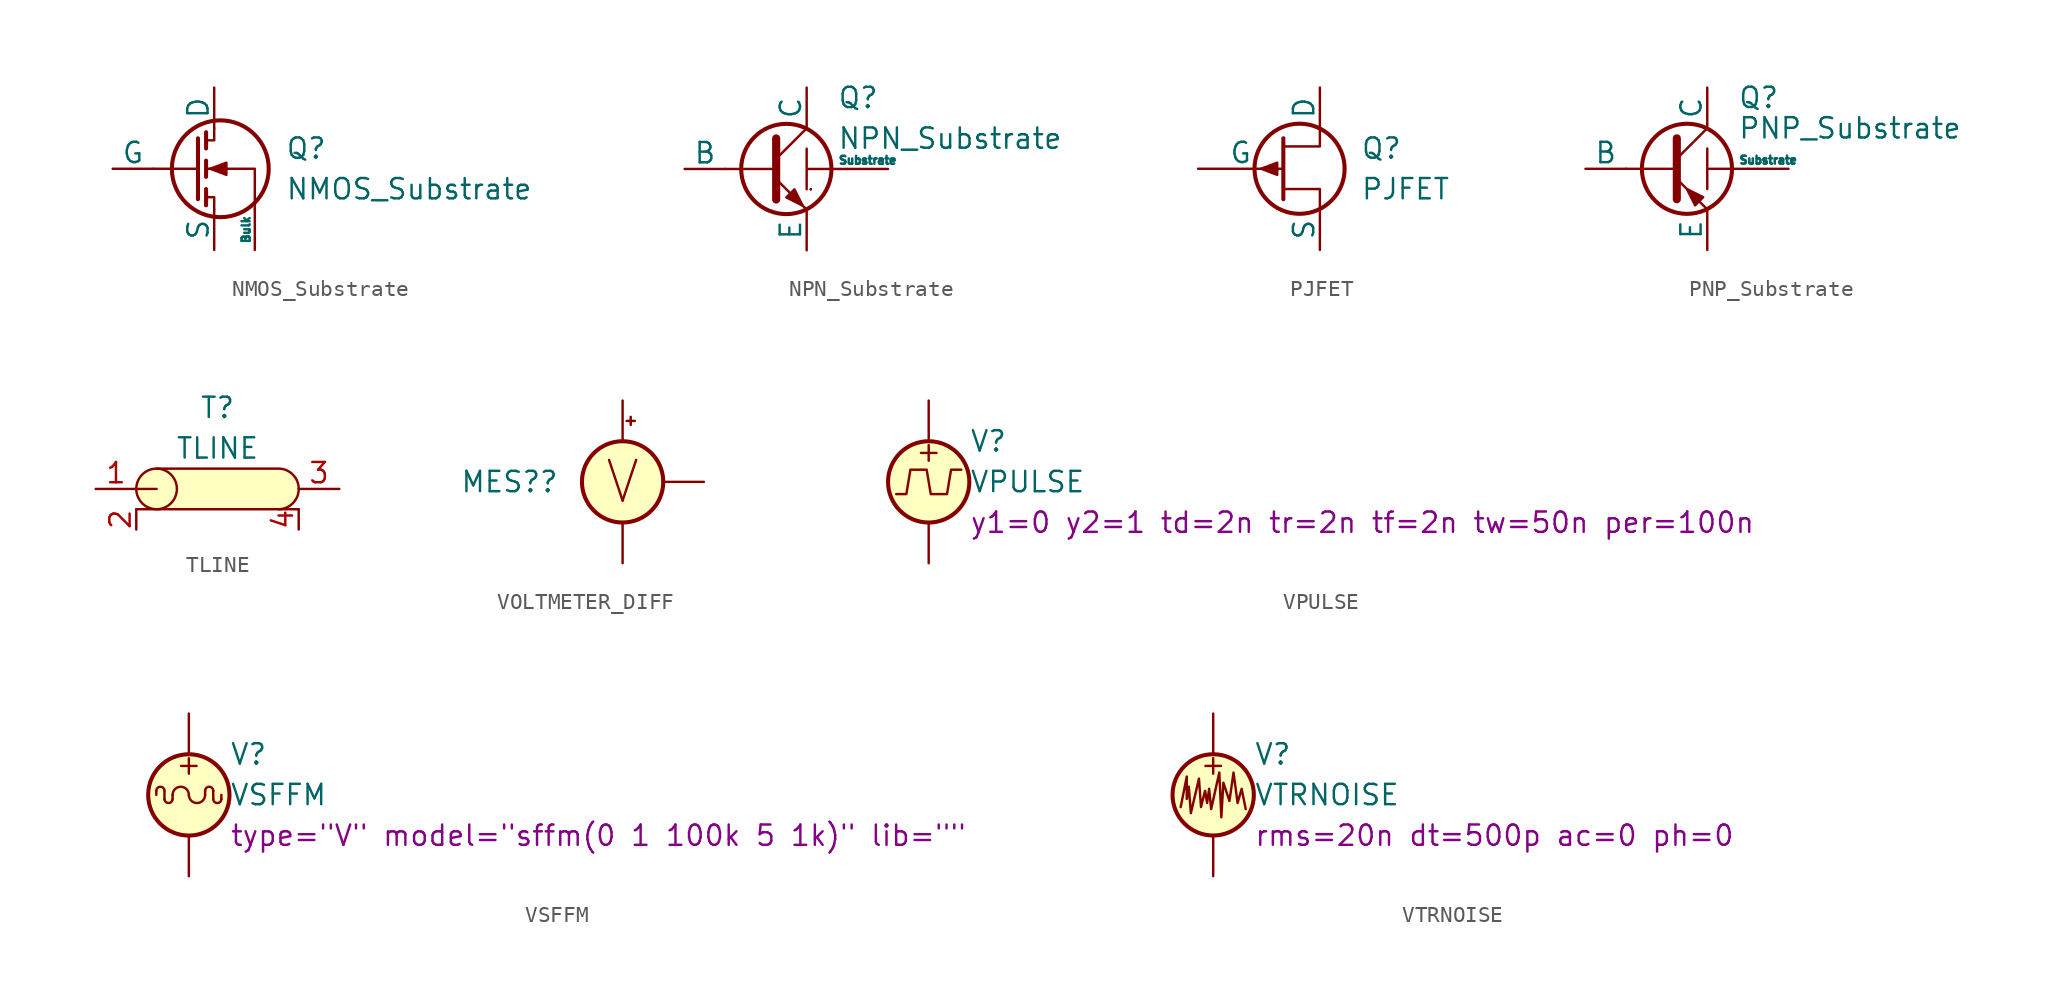
<source format=kicad_sym>
(kicad_symbol_lib
  (version 20220914)
  (generator kicad_symbol_editor)
  (symbol "NMOS_Substrate"
    (pin_numbers hide)
    (pin_names
      (offset 0))
    (property "Reference" "Q"
      (at 6.985 1.27 0)
      (effects (font (size 1.27 1.27)) (justify left)))
    (property "Value" "NMOS_Substrate"
      (at 6.985 -1.27 0)
      (effects (font (size 1.27 1.27)) (justify left)))
    (symbol "NMOS_Substrate_0_1"
      (polyline (pts (xy 1.524 0) (xy -1.27 0)) (stroke (width 0) (type default)) (fill (type none)))
      (polyline (pts (xy 1.524 1.905) (xy 1.524 -1.905)) (stroke (width 0.254) (type default)) (fill (type none)))
      (polyline (pts (xy 2.032 -1.27) (xy 2.032 -2.286)) (stroke (width 0.254) (type default)) (fill (type none)))
      (polyline (pts (xy 2.032 0.508) (xy 2.032 -0.508)) (stroke (width 0.254) (type default)) (fill (type none)))
      (polyline (pts (xy 2.032 2.286) (xy 2.032 1.27)) (stroke (width 0.254) (type default)) (fill (type none)))
      (polyline (pts (xy 2.032 1.778) (xy 2.54 1.778) (xy 2.54 2.54)) (stroke (width 0) (type default)) (fill (type none)))
      (polyline (pts (xy 2.54 -2.54) (xy 2.54 -1.778) (xy 2.032 -1.778)) (stroke (width 0) (type default)) (fill (type none)))
      (polyline (pts (xy 5.08 -2.54) (xy 5.08 0) (xy 2.032 0)) (stroke (width 0) (type default)) (fill (type none)))
      (polyline (pts (xy 2.286 0) (xy 3.302 0.381) (xy 3.302 -0.381) (xy 2.286 0)) (stroke (width 0) (type default)) (fill (type outline)))
      (circle (center 2.921 0) (radius 3.029) (stroke (width 0.254) (type default)) (fill (type none))))
    (symbol "NMOS_Substrate_1_1"
      (pin passive line (at 2.54 5.08 270) (length 2.54) (name "D" (effects (font (size 1.27 1.27)))) (number "1" (effects (font (size 1.27 1.27)))))
      (pin input line (at -3.81 0 0) (length 2.54) (name "G" (effects (font (size 1.27 1.27)))) (number "2" (effects (font (size 1.27 1.27)))))
      (pin passive line (at 2.54 -5.08 90) (length 2.54) (name "S" (effects (font (size 1.27 1.27)))) (number "3" (effects (font (size 1.27 1.27)))))
      (pin input line (at 5.08 -5.08 90) (length 2.54) (name "Bulk" (effects (font (size 0.508 0.508)))) (number "4" (effects (font (size 1.27 1.27)))))))
  (symbol "NPN_Substrate"
    (pin_numbers hide)
    (pin_names
      (offset 0))
    (property "Reference" "Q"
      (at 4.445 4.445 0)
      (effects (font (size 1.27 1.27)) (justify left)))
    (property "Value" "NPN_Substrate"
      (at 4.445 1.905 0)
      (effects (font (size 1.27 1.27)) (justify left)))
    (symbol "NPN_Substrate_0_1"
      (polyline (pts (xy -2.54 0) (xy 0.635 0)) (stroke (width 0.152) (type default)) (fill (type none)))
      (polyline (pts (xy 0.635 0.635) (xy 2.54 2.54)) (stroke (width 0) (type default)) (fill (type none)))
      (polyline (pts (xy 2.794 -1.27) (xy 2.794 -1.27)) (stroke (width 0.152) (type default)) (fill (type none)))
      (polyline (pts (xy 2.794 -1.27) (xy 2.794 -1.27)) (stroke (width 0.152) (type default)) (fill (type none)))
      (polyline (pts (xy 0.635 -0.635) (xy 2.54 -2.54) (xy 2.54 -2.54)) (stroke (width 0) (type default)) (fill (type none)))
      (polyline (pts (xy 0.635 1.905) (xy 0.635 -1.905) (xy 0.635 -1.905)) (stroke (width 0.508) (type default)) (fill (type none)))
      (polyline (pts (xy 2.54 1.27) (xy 2.54 -1.27) (xy 2.54 0) (xy 5.08 0)) (stroke (width 0.152) (type default)) (fill (type none)))
      (polyline (pts (xy 1.27 -1.778) (xy 1.778 -1.27) (xy 2.286 -2.286) (xy 1.27 -1.778) (xy 1.27 -1.778)) (stroke (width 0) (type default)) (fill (type outline)))
      (circle (center 1.27 0) (radius 2.819) (stroke (width 0.254) (type default)) (fill (type none))))
    (symbol "NPN_Substrate_1_1"
      (pin open_collector line (at 2.54 5.08 270) (length 2.54) (name "C" (effects (font (size 1.27 1.27)))) (number "1" (effects (font (size 1.27 1.27)))))
      (pin input line (at -5.08 0 0) (length 2.54) (name "B" (effects (font (size 1.27 1.27)))) (number "2" (effects (font (size 1.27 1.27)))))
      (pin open_emitter line (at 2.54 -5.08 90) (length 2.54) (name "E" (effects (font (size 1.27 1.27)))) (number "3" (effects (font (size 1.27 1.27)))))
      (pin passive line (at 7.62 0 180) (length 2.54) (name "Substrate" (effects (font (size 0.5 0.5)))) (number "4" (effects (font (size 1.27 1.27)))))))
  (symbol "PJFET"
    (pin_numbers hide)
    (pin_names
      (offset 0))
    (property "Reference" "Q"
      (at 5.08 1.27 0)
      (effects (font (size 1.27 1.27)) (justify left)))
    (property "Value" "PJFET"
      (at 5.08 -1.27 0)
      (effects (font (size 1.27 1.27)) (justify left)))
    (symbol "PJFET_0_1"
      (polyline (pts (xy 0.254 1.905) (xy 0.254 -1.905) (xy 0.254 -1.905)) (stroke (width 0.254) (type default)) (fill (type none)))
      (polyline (pts (xy 2.54 -2.54) (xy 2.54 -1.27) (xy 0.254 -1.27)) (stroke (width 0) (type default)) (fill (type none)))
      (polyline (pts (xy 2.54 2.54) (xy 2.54 1.397) (xy 0.254 1.397)) (stroke (width 0) (type default)) (fill (type none)))
      (polyline (pts (xy -1.143 0) (xy -0.127 0.381) (xy -0.127 -0.381) (xy -1.143 0)) (stroke (width 0) (type default)) (fill (type outline)))
      (circle (center 1.27 0) (radius 2.819) (stroke (width 0.254) (type default)) (fill (type none))))
    (symbol "PJFET_1_1"
      (pin passive line (at 2.54 5.08 270) (length 2.54) (name "D" (effects (font (size 1.27 1.27)))) (number "1" (effects (font (size 1.27 1.27)))))
      (pin input line (at -5.08 0 0) (length 5.334) (name "G" (effects (font (size 1.27 1.27)))) (number "2" (effects (font (size 1.27 1.27)))))
      (pin passive line (at 2.54 -5.08 90) (length 2.54) (name "S" (effects (font (size 1.27 1.27)))) (number "3" (effects (font (size 1.27 1.27)))))))
  (symbol "PNP_Substrate"
    (pin_numbers hide)
    (pin_names
      (offset 0))
    (property "Reference" "Q"
      (at 4.445 4.445 0)
      (effects (font (size 1.27 1.27)) (justify left)))
    (property "Value" "PNP_Substrate"
      (at 4.445 2.54 0)
      (effects (font (size 1.27 1.27)) (justify left)))
    (symbol "PNP_Substrate_0_1"
      (polyline (pts (xy -2.54 0) (xy 0.635 0)) (stroke (width 0.152) (type default)) (fill (type none)))
      (polyline (pts (xy 0.635 0.635) (xy 2.54 2.54)) (stroke (width 0) (type default)) (fill (type none)))
      (polyline (pts (xy 2.54 0) (xy 5.08 0)) (stroke (width 0.152) (type default)) (fill (type none)))
      (polyline (pts (xy 0.635 -0.635) (xy 2.54 -2.54) (xy 2.54 -2.54)) (stroke (width 0) (type default)) (fill (type none)))
      (polyline (pts (xy 0.635 1.905) (xy 0.635 -1.905) (xy 0.635 -1.905)) (stroke (width 0.508) (type default)) (fill (type none)))
      (polyline (pts (xy 2.54 0) (xy 2.54 1.27) (xy 2.54 0) (xy 2.54 -1.27)) (stroke (width 0.152) (type default)) (fill (type none)))
      (polyline (pts (xy 2.286 -1.778) (xy 1.778 -2.286) (xy 1.27 -1.27) (xy 2.286 -1.778) (xy 2.286 -1.778)) (stroke (width 0) (type default)) (fill (type outline)))
      (circle (center 1.27 0) (radius 2.819) (stroke (width 0.254) (type default)) (fill (type none))))
    (symbol "PNP_Substrate_1_1"
      (pin open_collector line (at 2.54 5.08 270) (length 2.54) (name "C" (effects (font (size 1.27 1.27)))) (number "1" (effects (font (size 1.27 1.27)))))
      (pin input line (at -5.08 0 0) (length 2.54) (name "B" (effects (font (size 1.27 1.27)))) (number "2" (effects (font (size 1.27 1.27)))))
      (pin open_emitter line (at 2.54 -5.08 90) (length 2.54) (name "E" (effects (font (size 1.27 1.27)))) (number "3" (effects (font (size 1.27 1.27)))))
      (pin passive line (at 7.62 0 180) (length 2.54) (name "Substrate" (effects (font (size 0.5 0.5)))) (number "4" (effects (font (size 1.27 1.27)))))))
  (symbol "TLINE"
    (property "Reference" "T"
      (at 0 5.08 0)
      (effects (font (size 1.27 1.27))))
    (property "Value" "TLINE"
      (at 0 2.54 0)
      (effects (font (size 1.27 1.27))))
    (symbol "TLINE_0_1"
      (circle (center -3.81 0) (radius 1.27) (stroke (width 0) (type default)) (fill (type none)))
      (circle (center -3.81 0) (radius 1.27) (stroke (width -0.0001) (type default)) (fill (type background)))
      (rectangle (start -3.81 1.27) (end 3.81 -1.27) (stroke (width -0.0001) (type default)) (fill (type background)))
      (polyline (pts (xy -5.08 -1.27) (xy 3.81 -1.27)) (stroke (width 0) (type default)) (fill (type none)))
      (polyline (pts (xy -3.81 0) (xy -5.08 0)) (stroke (width 0) (type default)) (fill (type none)))
      (polyline (pts (xy -3.81 1.27) (xy 3.81 1.27)) (stroke (width 0) (type default)) (fill (type none)))
      (polyline (pts (xy 5.08 -1.27) (xy 3.81 -1.27)) (stroke (width 0) (type default)) (fill (type none)))
      (circle (center 3.81 0) (radius 1.27) (stroke (width -0.0001) (type default)) (fill (type background)))
      (arc (start 3.8776 -1.27) (mid 5.0818 0) (end 3.8776 1.27) (stroke (width 0) (type default)) (fill (type none))))
    (symbol "TLINE_1_1"
      (pin passive line (at -7.62 0 0) (length 2.54) (name "" (effects (font (size 1.27 1.27)))) (number "1" (effects (font (size 1.27 1.27)))))
      (pin passive line (at -5.08 -2.54 90) (length 1.27) (name "" (effects (font (size 1.27 1.27)))) (number "2" (effects (font (size 1.27 1.27)))))
      (pin passive line (at 7.62 0 180) (length 2.54) (name "" (effects (font (size 1.27 1.27)))) (number "3" (effects (font (size 1.27 1.27)))))
      (pin passive line (at 5.08 -2.54 90) (length 1.27) (name "" (effects (font (size 1.27 1.27)))) (number "4" (effects (font (size 1.27 1.27)))))))
  (symbol "VOLTMETER_DIFF"
    (pin_numbers hide)
    (pin_names
      (offset 0.025) hide)
    (property "Reference" "MES?"
      (at -10.16 0 0)
      (effects (font (size 1.27 1.27)) (justify left)))
    (symbol "VOLTMETER_DIFF_0_0"
      (text "V" (at 0 0 0) (effects (font (size 2.54 2.54)))))
    (symbol "VOLTMETER_DIFF_0_1"
      (polyline (pts (xy 0.254 3.81) (xy 0.762 3.81)) (stroke (width 0) (type default)) (fill (type none)))
      (polyline (pts (xy 0.508 4.064) (xy 0.508 3.556)) (stroke (width 0) (type default)) (fill (type none)))
      (circle (center 0 0) (radius 2.54) (stroke (width 0.254) (type default)) (fill (type background))))
    (symbol "VOLTMETER_DIFF_1_1"
      (pin passive line (at 0 5.08 270) (length 2.54) (name "+" (effects (font (size 1.27 1.27)))) (number "1" (effects (font (size 1.27 1.27)))))
      (pin passive line (at 0 -5.08 90) (length 2.54) (name "-" (effects (font (size 1.27 1.27)))) (number "2" (effects (font (size 1.27 1.27)))))
      (pin output line (at 5.08 0 180) (length 2.54) (name "out" (effects (font (size 1.27 1.27)))) (number "3" (effects (font (size 1.27 1.27)))))))
  (symbol "VPULSE"
    (pin_numbers hide)
    (pin_names
      (offset 0.025))
    (property "Reference" "V"
      (at 2.54 2.54 0)
      (effects (font (size 1.27 1.27)) (justify left)))
    (property "Value" "VPULSE"
      (at 2.54 0 0)
      (effects (font (size 1.27 1.27)) (justify left)))
    (property "Sim.Params" "y1=0 y2=1 td=2n tr=2n tf=2n tw=50n per=100n"
      (at 2.54 -2.54 0)
      (effects (font (size 1.27 1.27)) (justify left)))
    (symbol "VPULSE_0_0"
      (polyline (pts (xy -2.032 -0.762) (xy -1.397 -0.762) (xy -1.143 0.762) (xy -0.127 0.762) (xy 0.127 -0.762) (xy 1.143 -0.762) (xy 1.397 0.762) (xy 2.032 0.762)) (stroke (width 0) (type default)) (fill (type none)))
      (text "+" (at 0 1.905 0) (effects (font (size 1.27 1.27)))))
    (symbol "VPULSE_0_1"
      (circle (center 0 0) (radius 2.54) (stroke (width 0.254) (type default)) (fill (type background))))
    (symbol "VPULSE_1_1"
      (pin passive line (at 0 5.08 270) (length 2.54) (name "~" (effects (font (size 1.27 1.27)))) (number "1" (effects (font (size 1.27 1.27)))))
      (pin passive line (at 0 -5.08 90) (length 2.54) (name "~" (effects (font (size 1.27 1.27)))) (number "2" (effects (font (size 1.27 1.27)))))))
  (symbol "VSFFM"
    (pin_numbers hide)
    (pin_names
      (offset 0.025))
    (property "Reference" "V"
      (at 2.54 2.54 0)
      (effects (font (size 1.27 1.27)) (justify left)))
    (property "Value" "VSFFM"
      (at 2.54 0 0)
      (effects (font (size 1.27 1.27)) (justify left)))
    (property "Sim.Params" "type=\"V\" model=\"sffm(0 1 100k 5 1k)\" lib=\"\""
      (at 2.54 -2.54 0)
      (effects (font (size 1.27 1.27)) (justify left)))
    (symbol "VSFFM_0_0"
      (text "+" (at 0 1.905 0) (effects (font (size 1.27 1.27)))))
    (symbol "VSFFM_0_1"
      (arc (start -1.524 -0.254) (mid -1.27 -0.5069) (end -1.016 -0.254) (stroke (width 0) (type default)) (fill (type none)))
      (arc (start -1.524 0.254) (mid -1.778 0.5069) (end -2.032 0.254) (stroke (width 0) (type default)) (fill (type none)))
      (arc (start 0 0) (mid -0.508 0.5058) (end -1.016 0) (stroke (width 0) (type default)) (fill (type none)))
      (polyline (pts (xy -2.032 0.254) (xy -2.032 0)) (stroke (width 0) (type default)) (fill (type none)))
      (polyline (pts (xy -1.524 -0.254) (xy -1.524 0.254)) (stroke (width 0) (type default)) (fill (type none)))
      (polyline (pts (xy -1.016 0) (xy -1.016 -0.254)) (stroke (width 0) (type default)) (fill (type none)))
      (polyline (pts (xy 1.016 0.254) (xy 1.016 0)) (stroke (width 0) (type default)) (fill (type none)))
      (polyline (pts (xy 1.524 0.254) (xy 1.524 -0.254)) (stroke (width 0) (type default)) (fill (type none)))
      (polyline (pts (xy 2.032 -0.254) (xy 2.032 0)) (stroke (width 0) (type default)) (fill (type none)))
      (arc (start 0 0) (mid 0.508 -0.5058) (end 1.016 0) (stroke (width 0) (type default)) (fill (type none)))
      (circle (center 0 0) (radius 2.54) (stroke (width 0.254) (type default)) (fill (type background)))
      (arc (start 1.524 -0.254) (mid 1.778 -0.5069) (end 2.032 -0.254) (stroke (width 0) (type default)) (fill (type none)))
      (arc (start 1.524 0.254) (mid 1.27 0.5069) (end 1.016 0.254) (stroke (width 0) (type default)) (fill (type none))))
    (symbol "VSFFM_1_1"
      (pin passive line (at 0 5.08 270) (length 2.54) (name "~" (effects (font (size 1.27 1.27)))) (number "1" (effects (font (size 1.27 1.27)))))
      (pin passive line (at 0 -5.08 90) (length 2.54) (name "~" (effects (font (size 1.27 1.27)))) (number "2" (effects (font (size 1.27 1.27)))))))
  (symbol "VTRNOISE"
    (pin_numbers hide)
    (pin_names
      (offset 0.025))
    (property "Reference" "V"
      (at 2.54 2.54 0)
      (effects (font (size 1.27 1.27)) (justify left)))
    (property "Value" "VTRNOISE"
      (at 2.54 0 0)
      (effects (font (size 1.27 1.27)) (justify left)))
    (property "Sim.Params" "rms=20n dt=500p ac=0 ph=0"
      (at 2.54 -2.54 0)
      (effects (font (size 1.27 1.27)) (justify left)))
    (symbol "VTRNOISE_0_0"
      (text "+" (at 0 1.905 0) (effects (font (size 1.27 1.27)))))
    (symbol "VTRNOISE_0_1"
      (polyline (pts (xy -2.032 -0.762) (xy -1.651 1.143) (xy -1.651 -0.254) (xy -1.524 0.508) (xy -1.397 -1.143) (xy -0.889 1.016) (xy -0.762 -0.762) (xy -0.508 0.254) (xy -0.381 -0.508) (xy -0.254 0.381) (xy -0.127 -0.889) (xy 0.381 1.397) (xy 0.508 -1.397) (xy 0.635 0.762) (xy 1.016 -0.381) (xy 1.27 1.397) (xy 1.524 -0.508) (xy 1.778 0.381) (xy 2.032 -0.889)) (stroke (width 0) (type default)) (fill (type none)))
      (circle (center 0 0) (radius 2.54) (stroke (width 0.254) (type default)) (fill (type background))))
    (symbol "VTRNOISE_1_1"
      (pin passive line (at 0 5.08 270) (length 2.54) (name "~" (effects (font (size 1.27 1.27)))) (number "1" (effects (font (size 1.27 1.27)))))
      (pin passive line (at 0 -5.08 90) (length 2.54) (name "~" (effects (font (size 1.27 1.27)))) (number "2" (effects (font (size 1.27 1.27))))))))
</source>
